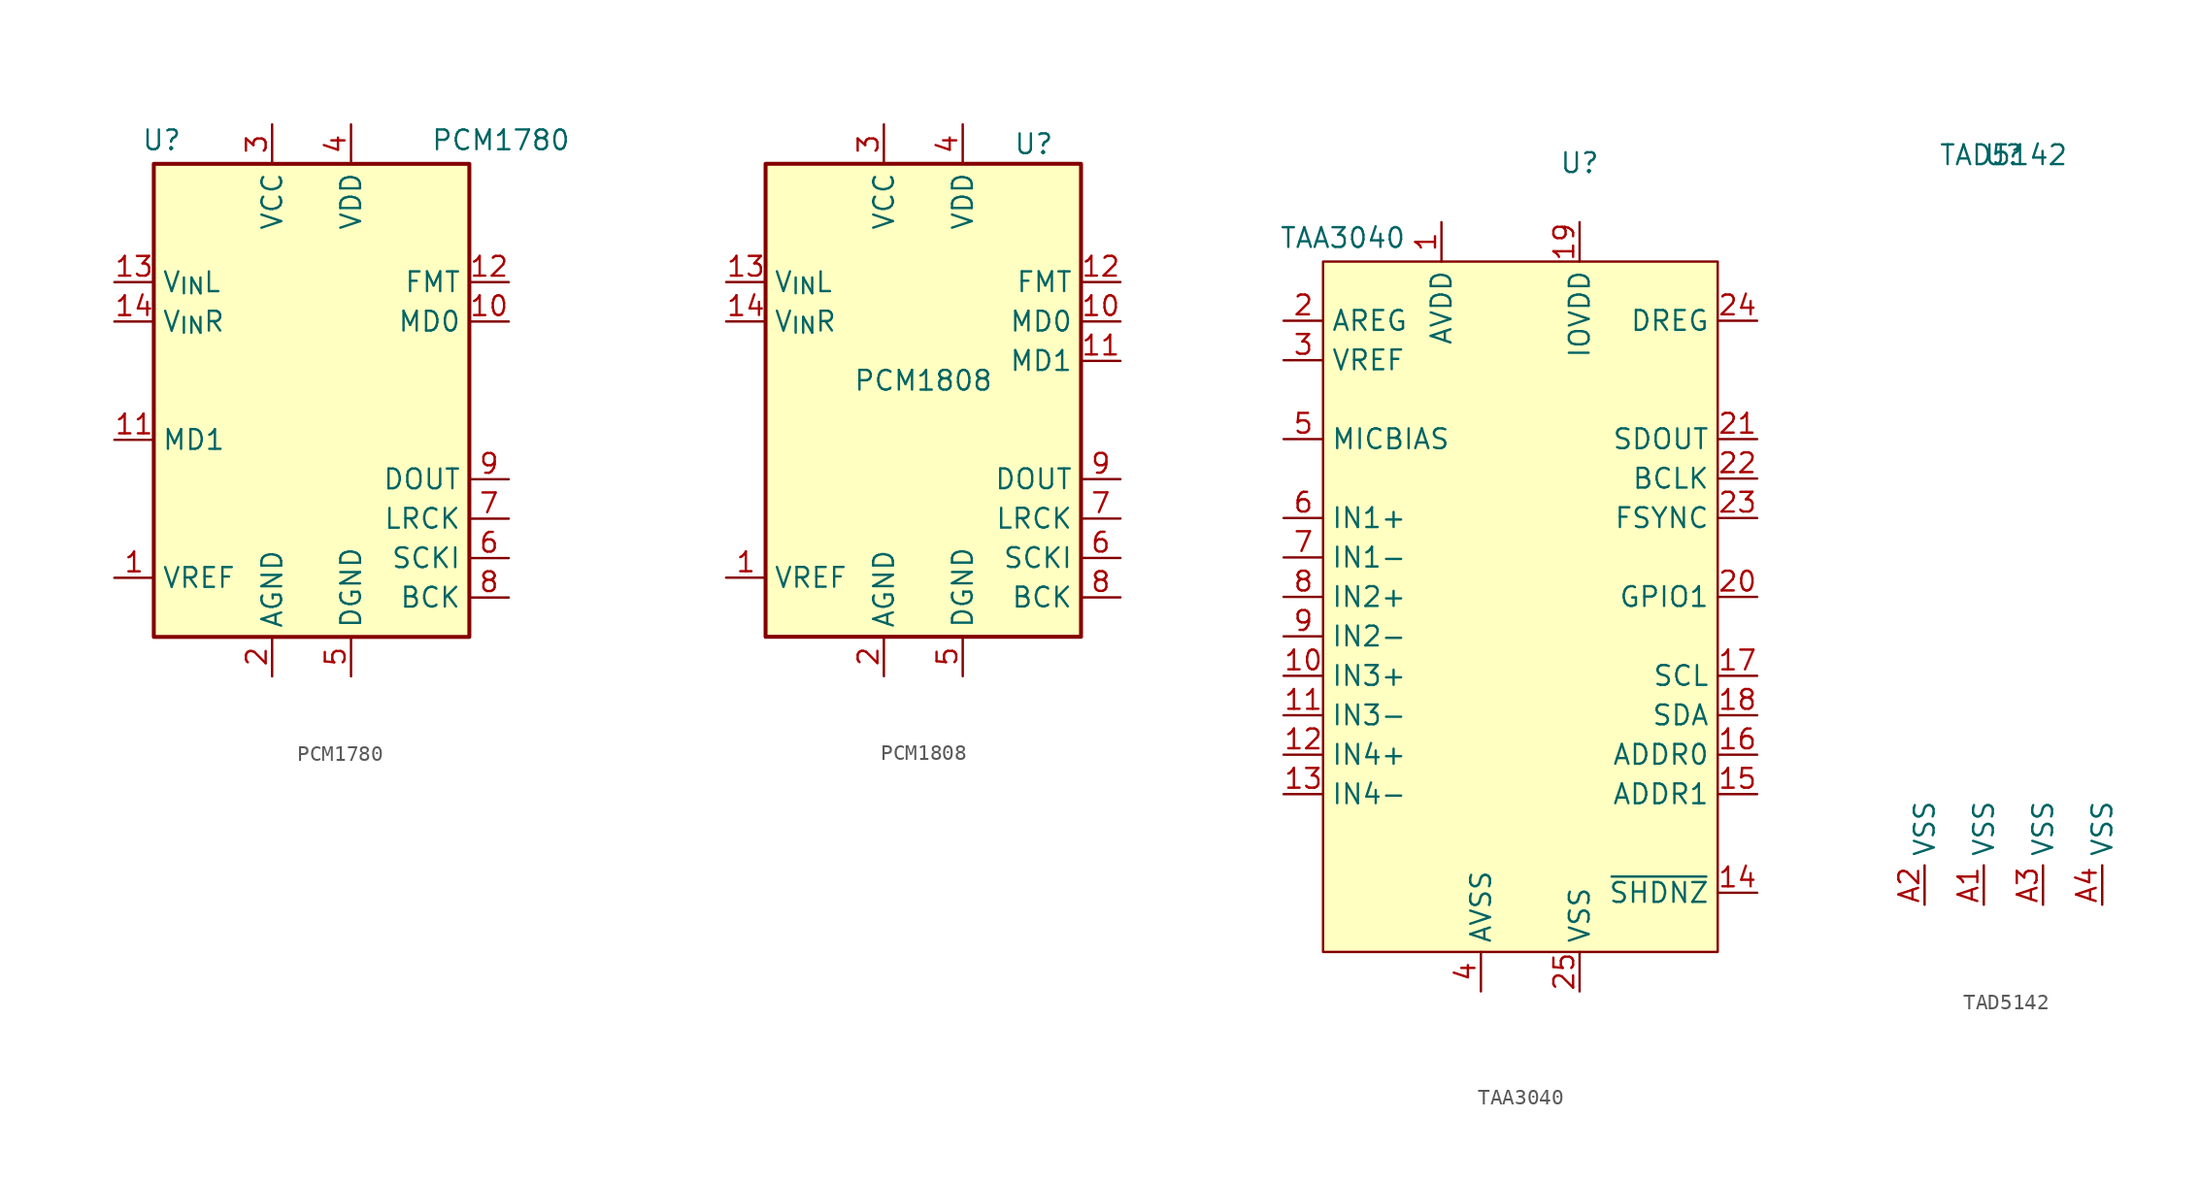
<source format=kicad_sym>
(kicad_symbol_lib
  (version 20241209)
  (generator "kicad_symbol_editor")
  (generator_version "9.0")
  (symbol "PCM1780"
    (property "Reference" "U"
      (at -9.652 16.764 0)
      (effects (font (size 1.27 1.27))))
    (property "Value" "PCM1780"
      (at 12.192 16.764 0)
      (effects (font (size 1.27 1.27))))
    (symbol "PCM1780_1_1"
      (rectangle (start -10.16 15.24) (end 10.16 -15.24) (stroke (width 0.254) (type default)) (fill (type background)))
      (pin input line (at -12.7 7.62 0) (length 2.54) (name "V_{IN}L" (effects (font (size 1.27 1.27)))) (number "13" (effects (font (size 1.27 1.27)))))
      (pin input line (at -12.7 5.08 0) (length 2.54) (name "V_{IN}R" (effects (font (size 1.27 1.27)))) (number "14" (effects (font (size 1.27 1.27)))))
      (pin input line (at -12.7 -2.54 0) (length 2.54) (name "MD1" (effects (font (size 1.27 1.27)))) (number "11" (effects (font (size 1.27 1.27)))))
      (pin input line (at -12.7 -11.43 0) (length 2.54) (name "VREF" (effects (font (size 1.27 1.27)))) (number "1" (effects (font (size 1.27 1.27)))))
      (pin power_in line (at -2.54 17.78 270) (length 2.54) (name "VCC" (effects (font (size 1.27 1.27)))) (number "3" (effects (font (size 1.27 1.27)))))
      (pin power_in line (at -2.54 -17.78 90) (length 2.54) (name "AGND" (effects (font (size 1.27 1.27)))) (number "2" (effects (font (size 1.27 1.27)))))
      (pin power_in line (at 2.54 17.78 270) (length 2.54) (name "VDD" (effects (font (size 1.27 1.27)))) (number "4" (effects (font (size 1.27 1.27)))))
      (pin power_in line (at 2.54 -17.78 90) (length 2.54) (name "DGND" (effects (font (size 1.27 1.27)))) (number "5" (effects (font (size 1.27 1.27)))))
      (pin input line (at 12.7 7.62 180) (length 2.54) (name "FMT" (effects (font (size 1.27 1.27)))) (number "12" (effects (font (size 1.27 1.27)))))
      (pin input line (at 12.7 5.08 180) (length 2.54) (name "MD0" (effects (font (size 1.27 1.27)))) (number "10" (effects (font (size 1.27 1.27)))))
      (pin output line (at 12.7 -5.08 180) (length 2.54) (name "DOUT" (effects (font (size 1.27 1.27)))) (number "9" (effects (font (size 1.27 1.27)))))
      (pin input line (at 12.7 -7.62 180) (length 2.54) (name "LRCK" (effects (font (size 1.27 1.27)))) (number "7" (effects (font (size 1.27 1.27)))))
      (pin input line (at 12.7 -10.16 180) (length 2.54) (name "SCKI" (effects (font (size 1.27 1.27)))) (number "6" (effects (font (size 1.27 1.27)))))
      (pin input line (at 12.7 -12.7 180) (length 2.54) (name "BCK" (effects (font (size 1.27 1.27)))) (number "8" (effects (font (size 1.27 1.27)))))))
  (symbol "PCM1808"
    (property "Reference" "U"
      (at 7.112 15.24 0)
      (effects (font (size 1.27 1.27))))
    (property "Value" "PCM1808"
      (at 0 0 0)
      (effects (font (size 1.27 1.27))))
    (symbol "PCM1808_1_1"
      (rectangle (start -10.16 13.97) (end 10.16 -16.51) (stroke (width 0.254) (type default)) (fill (type background)))
      (pin input line (at -12.7 6.35 0) (length 2.54) (name "V_{IN}L" (effects (font (size 1.27 1.27)))) (number "13" (effects (font (size 1.27 1.27)))))
      (pin input line (at -12.7 3.81 0) (length 2.54) (name "V_{IN}R" (effects (font (size 1.27 1.27)))) (number "14" (effects (font (size 1.27 1.27)))))
      (pin input line (at -12.7 -12.7 0) (length 2.54) (name "VREF" (effects (font (size 1.27 1.27)))) (number "1" (effects (font (size 1.27 1.27)))))
      (pin power_in line (at -2.54 16.51 270) (length 2.54) (name "VCC" (effects (font (size 1.27 1.27)))) (number "3" (effects (font (size 1.27 1.27)))))
      (pin power_in line (at -2.54 -19.05 90) (length 2.54) (name "AGND" (effects (font (size 1.27 1.27)))) (number "2" (effects (font (size 1.27 1.27)))))
      (pin power_in line (at 2.54 16.51 270) (length 2.54) (name "VDD" (effects (font (size 1.27 1.27)))) (number "4" (effects (font (size 1.27 1.27)))))
      (pin power_in line (at 2.54 -19.05 90) (length 2.54) (name "DGND" (effects (font (size 1.27 1.27)))) (number "5" (effects (font (size 1.27 1.27)))))
      (pin input line (at 12.7 6.35 180) (length 2.54) (name "FMT" (effects (font (size 1.27 1.27)))) (number "12" (effects (font (size 1.27 1.27)))))
      (pin input line (at 12.7 3.81 180) (length 2.54) (name "MD0" (effects (font (size 1.27 1.27)))) (number "10" (effects (font (size 1.27 1.27)))))
      (pin input line (at 12.7 1.27 180) (length 2.54) (name "MD1" (effects (font (size 1.27 1.27)))) (number "11" (effects (font (size 1.27 1.27)))))
      (pin output line (at 12.7 -6.35 180) (length 2.54) (name "DOUT" (effects (font (size 1.27 1.27)))) (number "9" (effects (font (size 1.27 1.27)))))
      (pin input line (at 12.7 -8.89 180) (length 2.54) (name "LRCK" (effects (font (size 1.27 1.27)))) (number "7" (effects (font (size 1.27 1.27)))))
      (pin input line (at 12.7 -11.43 180) (length 2.54) (name "SCKI" (effects (font (size 1.27 1.27)))) (number "6" (effects (font (size 1.27 1.27)))))
      (pin input line (at 12.7 -13.97 180) (length 2.54) (name "BCK" (effects (font (size 1.27 1.27)))) (number "8" (effects (font (size 1.27 1.27)))))))
  (symbol "TAA3040"
    (property "Reference" "U"
      (at 0 0 0)
      (effects (font (size 1.27 1.27))))
    (property "Value" "TAA3040"
      (at -15.24 -4.826 0)
      (effects (font (size 1.27 1.27))))
    (symbol "TAA3040_1_1"
      (rectangle (start -16.51 -6.35) (end 8.89 -50.8) (stroke (width 0) (type solid)) (fill (type background)))
      (pin power_out line (at -19.05 -10.16 0) (length 2.54) (name "AREG" (effects (font (size 1.27 1.27)))) (number "2" (effects (font (size 1.27 1.27)))))
      (pin power_out line (at -19.05 -12.7 0) (length 2.54) (name "VREF" (effects (font (size 1.27 1.27)))) (number "3" (effects (font (size 1.27 1.27)))))
      (pin power_out line (at -19.05 -17.78 0) (length 2.54) (name "MICBIAS" (effects (font (size 1.27 1.27)))) (number "5" (effects (font (size 1.27 1.27)))))
      (pin input line (at -19.05 -22.86 0) (length 2.54) (name "IN1+" (effects (font (size 1.27 1.27)))) (number "6" (effects (font (size 1.27 1.27)))))
      (pin input line (at -19.05 -25.4 0) (length 2.54) (name "IN1-" (effects (font (size 1.27 1.27)))) (number "7" (effects (font (size 1.27 1.27)))))
      (pin input line (at -19.05 -27.94 0) (length 2.54) (name "IN2+" (effects (font (size 1.27 1.27)))) (number "8" (effects (font (size 1.27 1.27)))))
      (pin input line (at -19.05 -30.48 0) (length 2.54) (name "IN2-" (effects (font (size 1.27 1.27)))) (number "9" (effects (font (size 1.27 1.27)))))
      (pin input line (at -19.05 -33.02 0) (length 2.54) (name "IN3+" (effects (font (size 1.27 1.27)))) (number "10" (effects (font (size 1.27 1.27)))))
      (pin input line (at -19.05 -35.56 0) (length 2.54) (name "IN3-" (effects (font (size 1.27 1.27)))) (number "11" (effects (font (size 1.27 1.27)))))
      (pin input line (at -19.05 -38.1 0) (length 2.54) (name "IN4+" (effects (font (size 1.27 1.27)))) (number "12" (effects (font (size 1.27 1.27)))))
      (pin input line (at -19.05 -40.64 0) (length 2.54) (name "IN4-" (effects (font (size 1.27 1.27)))) (number "13" (effects (font (size 1.27 1.27)))))
      (pin power_in line (at -8.89 -3.81 270) (length 2.54) (name "AVDD" (effects (font (size 1.27 1.27)))) (number "1" (effects (font (size 1.27 1.27)))))
      (pin power_in line (at -6.35 -53.34 90) (length 2.54) (name "AVSS" (effects (font (size 1.27 1.27)))) (number "4" (effects (font (size 1.27 1.27)))))
      (pin power_in line (at 0 -3.81 270) (length 2.54) (name "IOVDD" (effects (font (size 1.27 1.27)))) (number "19" (effects (font (size 1.27 1.27)))))
      (pin power_in line (at 0 -53.34 90) (length 2.54) (name "VSS" (effects (font (size 1.27 1.27)))) (number "25" (effects (font (size 1.27 1.27)))))
      (pin power_out line (at 11.43 -10.16 180) (length 2.54) (name "DREG" (effects (font (size 1.27 1.27)))) (number "24" (effects (font (size 1.27 1.27)))))
      (pin output line (at 11.43 -17.78 180) (length 2.54) (name "SDOUT" (effects (font (size 1.27 1.27)))) (number "21" (effects (font (size 1.27 1.27)))))
      (pin output line (at 11.43 -20.32 180) (length 2.54) (name "BCLK" (effects (font (size 1.27 1.27)))) (number "22" (effects (font (size 1.27 1.27)))))
      (pin input line (at 11.43 -22.86 180) (length 2.54) (name "FSYNC" (effects (font (size 1.27 1.27)))) (number "23" (effects (font (size 1.27 1.27)))))
      (pin bidirectional line (at 11.43 -27.94 180) (length 2.54) (name "GPIO1" (effects (font (size 1.27 1.27)))) (number "20" (effects (font (size 1.27 1.27)))))
      (pin input line (at 11.43 -33.02 180) (length 2.54) (name "SCL" (effects (font (size 1.27 1.27)))) (number "17" (effects (font (size 1.27 1.27)))) (alternate "MOSI" input line))
      (pin bidirectional line (at 11.43 -35.56 180) (length 2.54) (name "SDA" (effects (font (size 1.27 1.27)))) (number "18" (effects (font (size 1.27 1.27)))) (alternate "SSZ" input line))
      (pin input line (at 11.43 -38.1 180) (length 2.54) (name "ADDR0" (effects (font (size 1.27 1.27)))) (number "16" (effects (font (size 1.27 1.27)))) (alternate "SCLK" input line))
      (pin input line (at 11.43 -40.64 180) (length 2.54) (name "ADDR1" (effects (font (size 1.27 1.27)))) (number "15" (effects (font (size 1.27 1.27)))) (alternate "MISO" output line))
      (pin input line (at 11.43 -46.99 180) (length 2.54) (name "~{SHDNZ}" (effects (font (size 1.27 1.27)))) (number "14" (effects (font (size 1.27 1.27)))))))
  (symbol "TAD5142"
    (property "Reference" "U"
      (at 0 0 0)
      (effects (font (size 1.27 1.27))))
    (property "Value" "TAD5142"
      (at 0 0 0)
      (effects (font (size 1.27 1.27))))
    (symbol "TAD5142_1_1"
      (pin power_in line (at -5.08 -48.26 90) (length 2.54) (name "VSS" (effects (font (size 1.27 1.27)))) (number "A2" (effects (font (size 1.27 1.27)))))
      (pin power_in line (at -1.27 -48.26 90) (length 2.54) (name "VSS" (effects (font (size 1.27 1.27)))) (number "A1" (effects (font (size 1.27 1.27)))))
      (pin power_in line (at 2.54 -48.26 90) (length 2.54) (name "VSS" (effects (font (size 1.27 1.27)))) (number "A3" (effects (font (size 1.27 1.27)))))
      (pin power_in line (at 6.35 -48.26 90) (length 2.54) (name "VSS" (effects (font (size 1.27 1.27)))) (number "A4" (effects (font (size 1.27 1.27))))))))
</source>
